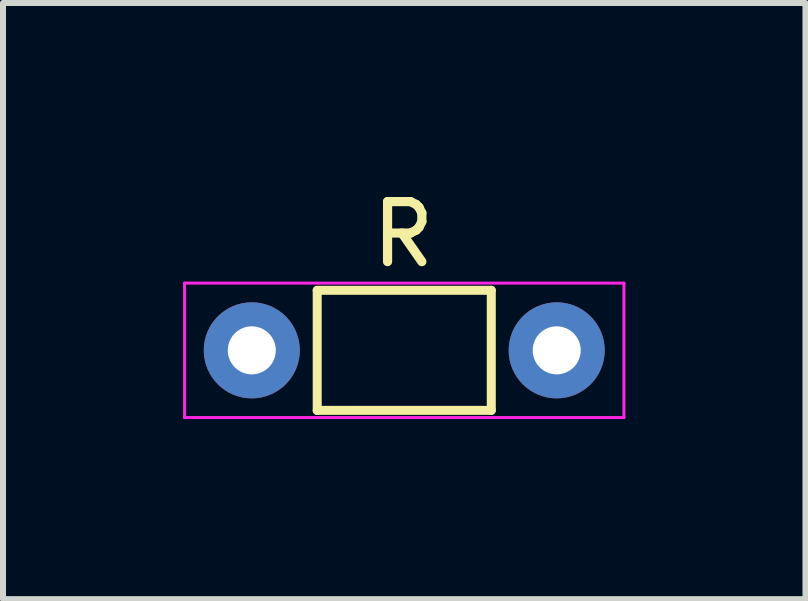
<source format=kicad_pcb>
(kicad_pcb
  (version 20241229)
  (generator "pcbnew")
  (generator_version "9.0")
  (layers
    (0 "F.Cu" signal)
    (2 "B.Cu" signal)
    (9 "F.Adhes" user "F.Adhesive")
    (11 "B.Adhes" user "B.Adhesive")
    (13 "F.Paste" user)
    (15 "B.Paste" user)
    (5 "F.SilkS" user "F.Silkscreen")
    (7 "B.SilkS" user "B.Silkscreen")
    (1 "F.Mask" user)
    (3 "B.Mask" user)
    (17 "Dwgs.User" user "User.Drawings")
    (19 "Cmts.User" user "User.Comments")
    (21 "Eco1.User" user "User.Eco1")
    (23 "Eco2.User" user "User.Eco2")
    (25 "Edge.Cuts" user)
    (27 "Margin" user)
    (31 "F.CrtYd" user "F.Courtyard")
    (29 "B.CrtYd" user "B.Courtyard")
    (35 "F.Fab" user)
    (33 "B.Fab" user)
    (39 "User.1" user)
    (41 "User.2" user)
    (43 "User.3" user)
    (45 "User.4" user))
  (footprint "R"
    (layer "F.Cu")
    (at 3.685 2.787)
    (property "Reference" "R" (at -0.016 -1.933 0) (layer "F.SilkS") (effects (font (size 1 1) (thickness 0.153))))
    (attr through_hole)
    (fp_line (start -1.45 -1) (end -1.45 1) (stroke (width 0.15) (type default)) (layer "F.SilkS"))
    (fp_line (start -1.45 -1) (end 1.45 -1) (stroke (width 0.15) (type default)) (layer "F.SilkS"))
    (fp_line (start -1.45 1) (end 1.45 1) (stroke (width 0.15) (type default)) (layer "F.SilkS"))
    (fp_line (start 1.45 -1) (end 1.45 1) (stroke (width 0.15) (type default)) (layer "F.SilkS"))
    (fp_line (start -3.66 -1.12) (end -3.66 1.12) (stroke (width 0.05) (type solid)) (layer "F.CrtYd"))
    (fp_line (start -3.66 1.12) (end 3.66 1.12) (stroke (width 0.05) (type solid)) (layer "F.CrtYd"))
    (fp_line (start 3.66 -1.12) (end -3.66 -1.12) (stroke (width 0.05) (type solid)) (layer "F.CrtYd"))
    (fp_line (start 3.66 1.12) (end 3.66 -1.12) (stroke (width 0.05) (type solid)) (layer "F.CrtYd"))
    (pad "1" thru_hole circle (at -2.54 0) (size 1.6 1.6) (drill 0.8) (layers "*.Cu" "*.Mask"))
    (pad "2" thru_hole oval (at 2.54 0) (size 1.6 1.6) (drill 0.8) (layers "*.Cu" "*.Mask")))
  (gr_rect
    (start -3 -3)
    (end 10.37 6.932)
    (stroke (width 0.1) (type default))
    (fill no)
    (layer "Edge.Cuts")))
</source>
